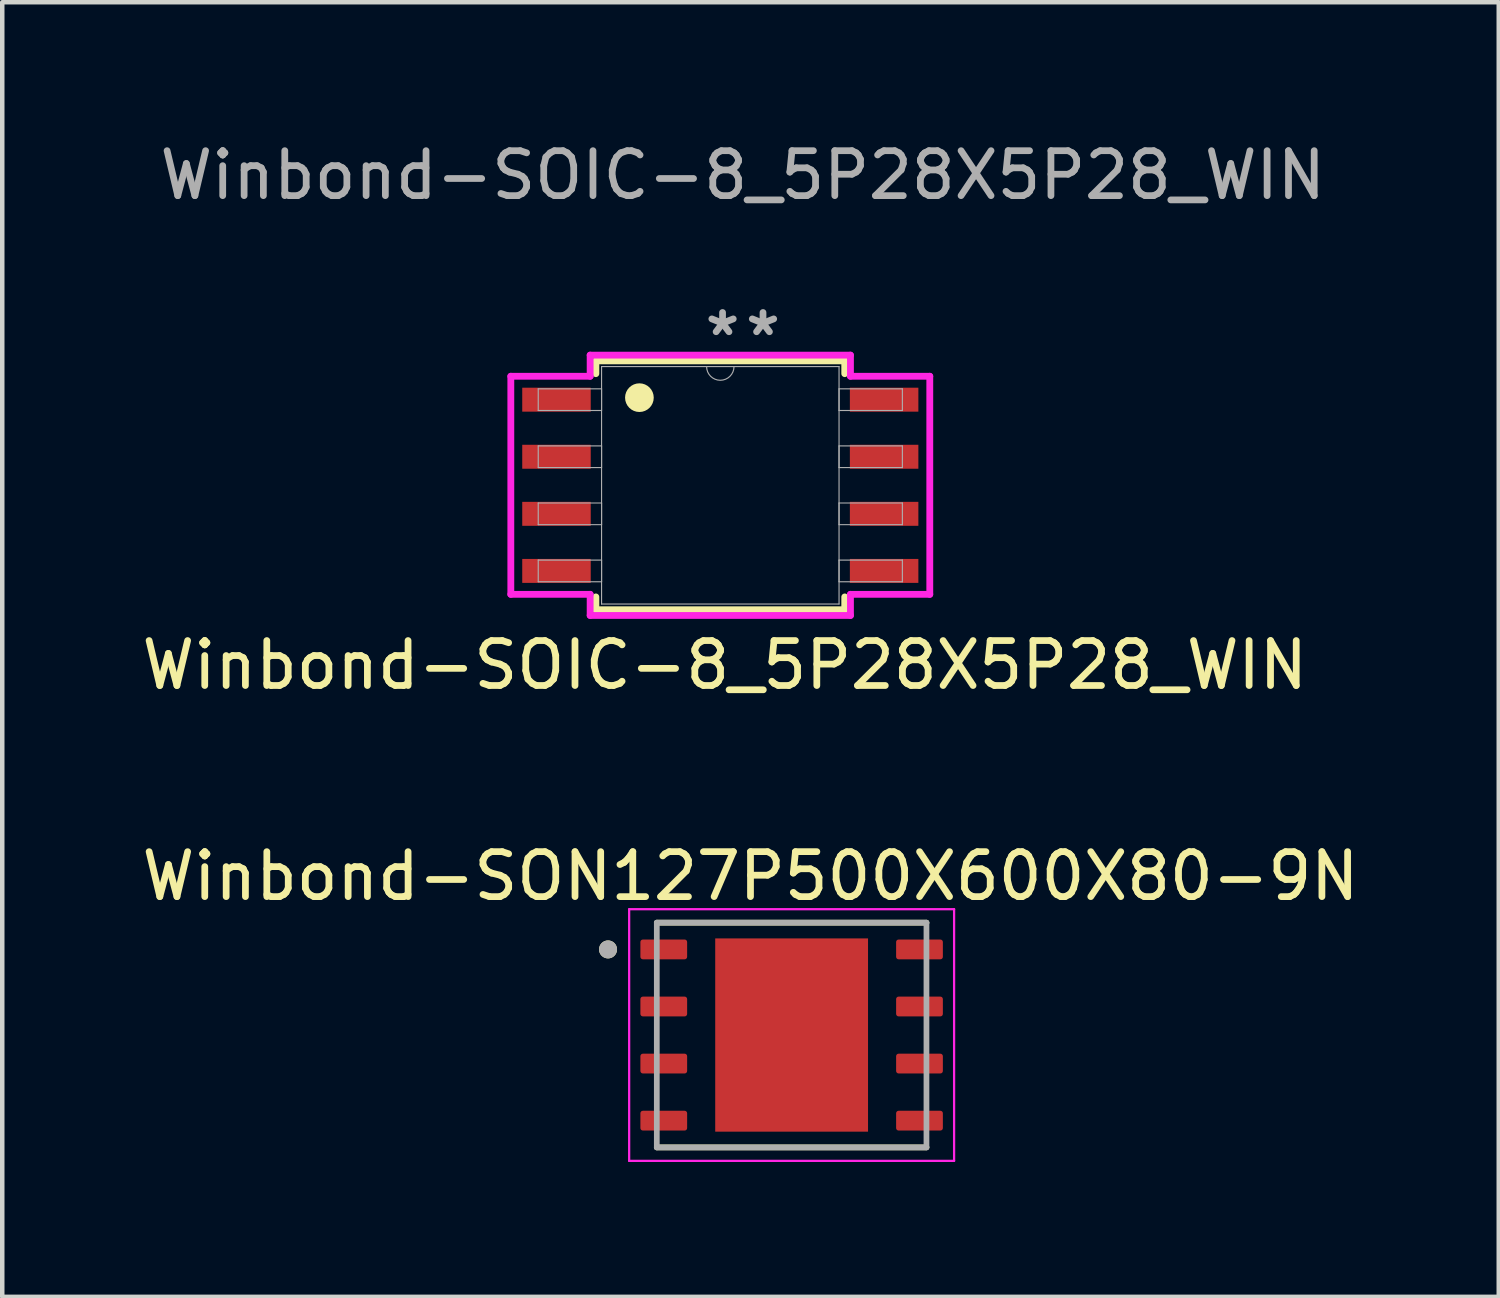
<source format=kicad_pcb>
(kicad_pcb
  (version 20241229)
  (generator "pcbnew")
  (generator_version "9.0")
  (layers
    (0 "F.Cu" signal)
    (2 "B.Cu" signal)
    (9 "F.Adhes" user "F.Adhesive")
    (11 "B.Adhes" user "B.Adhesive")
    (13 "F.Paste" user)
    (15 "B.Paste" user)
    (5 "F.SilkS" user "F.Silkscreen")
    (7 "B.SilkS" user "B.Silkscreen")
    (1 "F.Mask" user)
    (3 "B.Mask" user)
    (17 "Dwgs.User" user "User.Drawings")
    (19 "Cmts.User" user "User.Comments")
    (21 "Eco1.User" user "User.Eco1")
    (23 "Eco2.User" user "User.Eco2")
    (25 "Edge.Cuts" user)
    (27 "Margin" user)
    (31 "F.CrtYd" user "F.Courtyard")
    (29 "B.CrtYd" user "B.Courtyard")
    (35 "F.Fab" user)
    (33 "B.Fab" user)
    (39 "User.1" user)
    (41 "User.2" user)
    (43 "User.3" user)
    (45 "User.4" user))
  (footprint "Winbond-SON127P500X600X80-9N"
    (layer "F.Cu")
    (at 14.564 19.98)
    (property "Reference" "Winbond-SON127P500X600X80-9N" (at -0.915 -3.535 0) (layer "F.SilkS") (effects (font (size 1 1) (thickness 0.15))))
    (attr smd)
    (fp_line (start -3 -2.5) (end 3 -2.5) (stroke (width 0.127) (type solid)) (layer "F.SilkS"))
    (fp_line (start -3 2.5) (end 3 2.5) (stroke (width 0.127) (type solid)) (layer "F.SilkS"))
    (fp_circle (center -4.085 -1.905) (end -3.985 -1.905) (stroke (width 0.2) (type solid)) (fill no) (layer "F.SilkS"))
    (fp_poly (pts (xy -1.08 -1.36) (xy 1.08 -1.36) (xy 1.08 1.36) (xy -1.08 1.36)) (stroke (width 0.01) (type solid)) (fill yes) (layer "F.Paste"))
    (fp_line (start -3.615 -2.8) (end -3.615 2.8) (stroke (width 0.05) (type solid)) (layer "F.CrtYd"))
    (fp_line (start -3.615 -2.8) (end 3.615 -2.8) (stroke (width 0.05) (type solid)) (layer "F.CrtYd"))
    (fp_line (start -3.615 2.8) (end 3.615 2.8) (stroke (width 0.05) (type solid)) (layer "F.CrtYd"))
    (fp_line (start 3.615 -2.8) (end 3.615 2.8) (stroke (width 0.05) (type solid)) (layer "F.CrtYd"))
    (fp_line (start -3 -2.5) (end -3 2.5) (stroke (width 0.127) (type solid)) (layer "F.Fab"))
    (fp_line (start -3 -2.5) (end 3 -2.5) (stroke (width 0.127) (type solid)) (layer "F.Fab"))
    (fp_line (start -3 2.5) (end 3 2.5) (stroke (width 0.127) (type solid)) (layer "F.Fab"))
    (fp_line (start 3 -2.5) (end 3 2.5) (stroke (width 0.127) (type solid)) (layer "F.Fab"))
    (fp_circle (center -4.085 -1.905) (end -3.985 -1.905) (stroke (width 0.2) (type solid)) (fill no) (layer "F.Fab"))
    (pad "1" smd roundrect (at -2.845 -1.905) (size 1.04 0.44) (layers "F.Cu" "F.Mask" "F.Paste") (roundrect_rratio 0.125))
    (pad "2" smd roundrect (at -2.845 -0.635) (size 1.04 0.44) (layers "F.Cu" "F.Mask" "F.Paste") (roundrect_rratio 0.125))
    (pad "3" smd roundrect (at -2.845 0.635) (size 1.04 0.44) (layers "F.Cu" "F.Mask" "F.Paste") (roundrect_rratio 0.125))
    (pad "4" smd roundrect (at -2.845 1.905) (size 1.04 0.44) (layers "F.Cu" "F.Mask" "F.Paste") (roundrect_rratio 0.125))
    (pad "5" smd roundrect (at 2.845 1.905) (size 1.04 0.44) (layers "F.Cu" "F.Mask" "F.Paste") (roundrect_rratio 0.125))
    (pad "6" smd roundrect (at 2.845 0.635) (size 1.04 0.44) (layers "F.Cu" "F.Mask" "F.Paste") (roundrect_rratio 0.125))
    (pad "7" smd roundrect (at 2.845 -0.635) (size 1.04 0.44) (layers "F.Cu" "F.Mask" "F.Paste") (roundrect_rratio 0.125))
    (pad "8" smd roundrect (at 2.845 -1.905) (size 1.04 0.44) (layers "F.Cu" "F.Mask" "F.Paste") (roundrect_rratio 0.125))
    (pad "9" smd rect (at 0 0) (size 3.4 4.3) (layers "F.Cu" "F.Mask")))
  (footprint "Winbond-SOIC-8_5P28X5P28_WIN"
    (layer "F.Cu")
    (at 12.977 7.748)
    (property "Reference" "Winbond-SOIC-8_5P28X5P28_WIN" (at 0.1 4 0) (unlocked yes) (layer "F.SilkS") (effects (font (size 1 1) (thickness 0.15))))
    (attr smd)
    (fp_line (start -2.769 -2.769) (end -2.769 -2.484) (stroke (width 0.152) (type solid)) (layer "F.SilkS"))
    (fp_line (start -2.769 2.484) (end -2.769 2.769) (stroke (width 0.152) (type solid)) (layer "F.SilkS"))
    (fp_line (start -2.769 2.769) (end 2.769 2.769) (stroke (width 0.152) (type solid)) (layer "F.SilkS"))
    (fp_line (start 2.769 -2.769) (end -2.769 -2.769) (stroke (width 0.152) (type solid)) (layer "F.SilkS"))
    (fp_line (start 2.769 -2.484) (end 2.769 -2.769) (stroke (width 0.152) (type solid)) (layer "F.SilkS"))
    (fp_line (start 2.769 2.769) (end 2.769 2.484) (stroke (width 0.152) (type solid)) (layer "F.SilkS"))
    (fp_circle (center -1.8 -1.95) (end -1.531 -1.95) (stroke (width 0.1) (type solid)) (fill yes) (layer "F.SilkS"))
    (fp_line (start -4.661 -2.426) (end -2.896 -2.426) (stroke (width 0.152) (type solid)) (layer "F.CrtYd"))
    (fp_line (start -4.661 2.426) (end -4.661 -2.426) (stroke (width 0.152) (type solid)) (layer "F.CrtYd"))
    (fp_line (start -4.661 2.426) (end -2.896 2.426) (stroke (width 0.152) (type solid)) (layer "F.CrtYd"))
    (fp_line (start -2.896 -2.896) (end 2.896 -2.896) (stroke (width 0.152) (type solid)) (layer "F.CrtYd"))
    (fp_line (start -2.896 -2.426) (end -2.896 -2.896) (stroke (width 0.152) (type solid)) (layer "F.CrtYd"))
    (fp_line (start -2.896 2.896) (end -2.896 2.426) (stroke (width 0.152) (type solid)) (layer "F.CrtYd"))
    (fp_line (start 2.896 -2.896) (end 2.896 -2.426) (stroke (width 0.152) (type solid)) (layer "F.CrtYd"))
    (fp_line (start 2.896 2.426) (end 2.896 2.896) (stroke (width 0.152) (type solid)) (layer "F.CrtYd"))
    (fp_line (start 2.896 2.896) (end -2.896 2.896) (stroke (width 0.152) (type solid)) (layer "F.CrtYd"))
    (fp_line (start 4.661 -2.426) (end 2.896 -2.426) (stroke (width 0.152) (type solid)) (layer "F.CrtYd"))
    (fp_line (start 4.661 -2.426) (end 4.661 2.426) (stroke (width 0.152) (type solid)) (layer "F.CrtYd"))
    (fp_line (start 4.661 2.426) (end 2.896 2.426) (stroke (width 0.152) (type solid)) (layer "F.CrtYd"))
    (fp_line (start -4.051 -2.146) (end -4.051 -1.664) (stroke (width 0.025) (type solid)) (layer "F.Fab"))
    (fp_line (start -4.051 -1.664) (end -2.642 -1.664) (stroke (width 0.025) (type solid)) (layer "F.Fab"))
    (fp_line (start -4.051 -0.876) (end -4.051 -0.394) (stroke (width 0.025) (type solid)) (layer "F.Fab"))
    (fp_line (start -4.051 -0.394) (end -2.642 -0.394) (stroke (width 0.025) (type solid)) (layer "F.Fab"))
    (fp_line (start -4.051 0.394) (end -4.051 0.876) (stroke (width 0.025) (type solid)) (layer "F.Fab"))
    (fp_line (start -4.051 0.876) (end -2.642 0.876) (stroke (width 0.025) (type solid)) (layer "F.Fab"))
    (fp_line (start -4.051 1.664) (end -4.051 2.146) (stroke (width 0.025) (type solid)) (layer "F.Fab"))
    (fp_line (start -4.051 2.146) (end -2.642 2.146) (stroke (width 0.025) (type solid)) (layer "F.Fab"))
    (fp_line (start -2.642 -2.642) (end -2.642 2.642) (stroke (width 0.025) (type solid)) (layer "F.Fab"))
    (fp_line (start -2.642 -2.146) (end -4.051 -2.146) (stroke (width 0.025) (type solid)) (layer "F.Fab"))
    (fp_line (start -2.642 -1.664) (end -2.642 -2.146) (stroke (width 0.025) (type solid)) (layer "F.Fab"))
    (fp_line (start -2.642 -0.876) (end -4.051 -0.876) (stroke (width 0.025) (type solid)) (layer "F.Fab"))
    (fp_line (start -2.642 -0.394) (end -2.642 -0.876) (stroke (width 0.025) (type solid)) (layer "F.Fab"))
    (fp_line (start -2.642 0.394) (end -4.051 0.394) (stroke (width 0.025) (type solid)) (layer "F.Fab"))
    (fp_line (start -2.642 0.876) (end -2.642 0.394) (stroke (width 0.025) (type solid)) (layer "F.Fab"))
    (fp_line (start -2.642 1.664) (end -4.051 1.664) (stroke (width 0.025) (type solid)) (layer "F.Fab"))
    (fp_line (start -2.642 2.146) (end -2.642 1.664) (stroke (width 0.025) (type solid)) (layer "F.Fab"))
    (fp_line (start -2.642 2.642) (end 2.642 2.642) (stroke (width 0.025) (type solid)) (layer "F.Fab"))
    (fp_line (start 2.642 -2.642) (end -2.642 -2.642) (stroke (width 0.025) (type solid)) (layer "F.Fab"))
    (fp_line (start 2.642 -2.146) (end 2.642 -1.664) (stroke (width 0.025) (type solid)) (layer "F.Fab"))
    (fp_line (start 2.642 -1.664) (end 4.051 -1.664) (stroke (width 0.025) (type solid)) (layer "F.Fab"))
    (fp_line (start 2.642 -0.876) (end 2.642 -0.394) (stroke (width 0.025) (type solid)) (layer "F.Fab"))
    (fp_line (start 2.642 -0.394) (end 4.051 -0.394) (stroke (width 0.025) (type solid)) (layer "F.Fab"))
    (fp_line (start 2.642 0.394) (end 2.642 0.876) (stroke (width 0.025) (type solid)) (layer "F.Fab"))
    (fp_line (start 2.642 0.876) (end 4.051 0.876) (stroke (width 0.025) (type solid)) (layer "F.Fab"))
    (fp_line (start 2.642 1.664) (end 2.642 2.146) (stroke (width 0.025) (type solid)) (layer "F.Fab"))
    (fp_line (start 2.642 2.146) (end 4.051 2.146) (stroke (width 0.025) (type solid)) (layer "F.Fab"))
    (fp_line (start 2.642 2.642) (end 2.642 -2.642) (stroke (width 0.025) (type solid)) (layer "F.Fab"))
    (fp_line (start 4.051 -2.146) (end 2.642 -2.146) (stroke (width 0.025) (type solid)) (layer "F.Fab"))
    (fp_line (start 4.051 -1.664) (end 4.051 -2.146) (stroke (width 0.025) (type solid)) (layer "F.Fab"))
    (fp_line (start 4.051 -0.876) (end 2.642 -0.876) (stroke (width 0.025) (type solid)) (layer "F.Fab"))
    (fp_line (start 4.051 -0.394) (end 4.051 -0.876) (stroke (width 0.025) (type solid)) (layer "F.Fab"))
    (fp_line (start 4.051 0.394) (end 2.642 0.394) (stroke (width 0.025) (type solid)) (layer "F.Fab"))
    (fp_line (start 4.051 0.876) (end 4.051 0.394) (stroke (width 0.025) (type solid)) (layer "F.Fab"))
    (fp_line (start 4.051 1.664) (end 2.642 1.664) (stroke (width 0.025) (type solid)) (layer "F.Fab"))
    (fp_line (start 4.051 2.146) (end 4.051 1.664) (stroke (width 0.025) (type solid)) (layer "F.Fab"))
    (fp_arc (start 0.3048 -2.6416) (mid 0 -2.3368) (end -0.3048 -2.6416) (stroke (width 0.0254) (type solid)) (layer "F.Fab"))
    (fp_text user "*" (at 0.05 -3.3 0) (unlocked yes) (layer "F.Fab") (effects (font (size 1 1) (thickness 0.15))))
    (fp_text user "*" (at 0.95 -3.3 0) (layer "F.Fab") (effects (font (size 1 1) (thickness 0.15))))
    (fp_text user "${REFERENCE}" (at 0.5 -6.9 0) (unlocked yes) (layer "F.Fab") (effects (font (size 1 1) (thickness 0.15))))
    (pad "1" smd rect (at -3.645 -1.905) (size 1.524 0.533) (layers "F.Cu" "F.Mask" "F.Paste"))
    (pad "2" smd rect (at -3.645 -0.635) (size 1.524 0.533) (layers "F.Cu" "F.Mask" "F.Paste"))
    (pad "3" smd rect (at -3.645 0.635) (size 1.524 0.533) (layers "F.Cu" "F.Mask" "F.Paste"))
    (pad "4" smd rect (at -3.645 1.905) (size 1.524 0.533) (layers "F.Cu" "F.Mask" "F.Paste"))
    (pad "5" smd rect (at 3.645 1.905) (size 1.524 0.533) (layers "F.Cu" "F.Mask" "F.Paste"))
    (pad "6" smd rect (at 3.645 0.635) (size 1.524 0.533) (layers "F.Cu" "F.Mask" "F.Paste"))
    (pad "7" smd rect (at 3.645 -0.635) (size 1.524 0.533) (layers "F.Cu" "F.Mask" "F.Paste"))
    (pad "8" smd rect (at 3.645 -1.905) (size 1.524 0.533) (layers "F.Cu" "F.Mask" "F.Paste")))
  (gr_rect
    (start -3 -3)
    (end 30.298 25.805)
    (stroke (width 0.1) (type default))
    (fill no)
    (layer "Edge.Cuts")))
</source>
